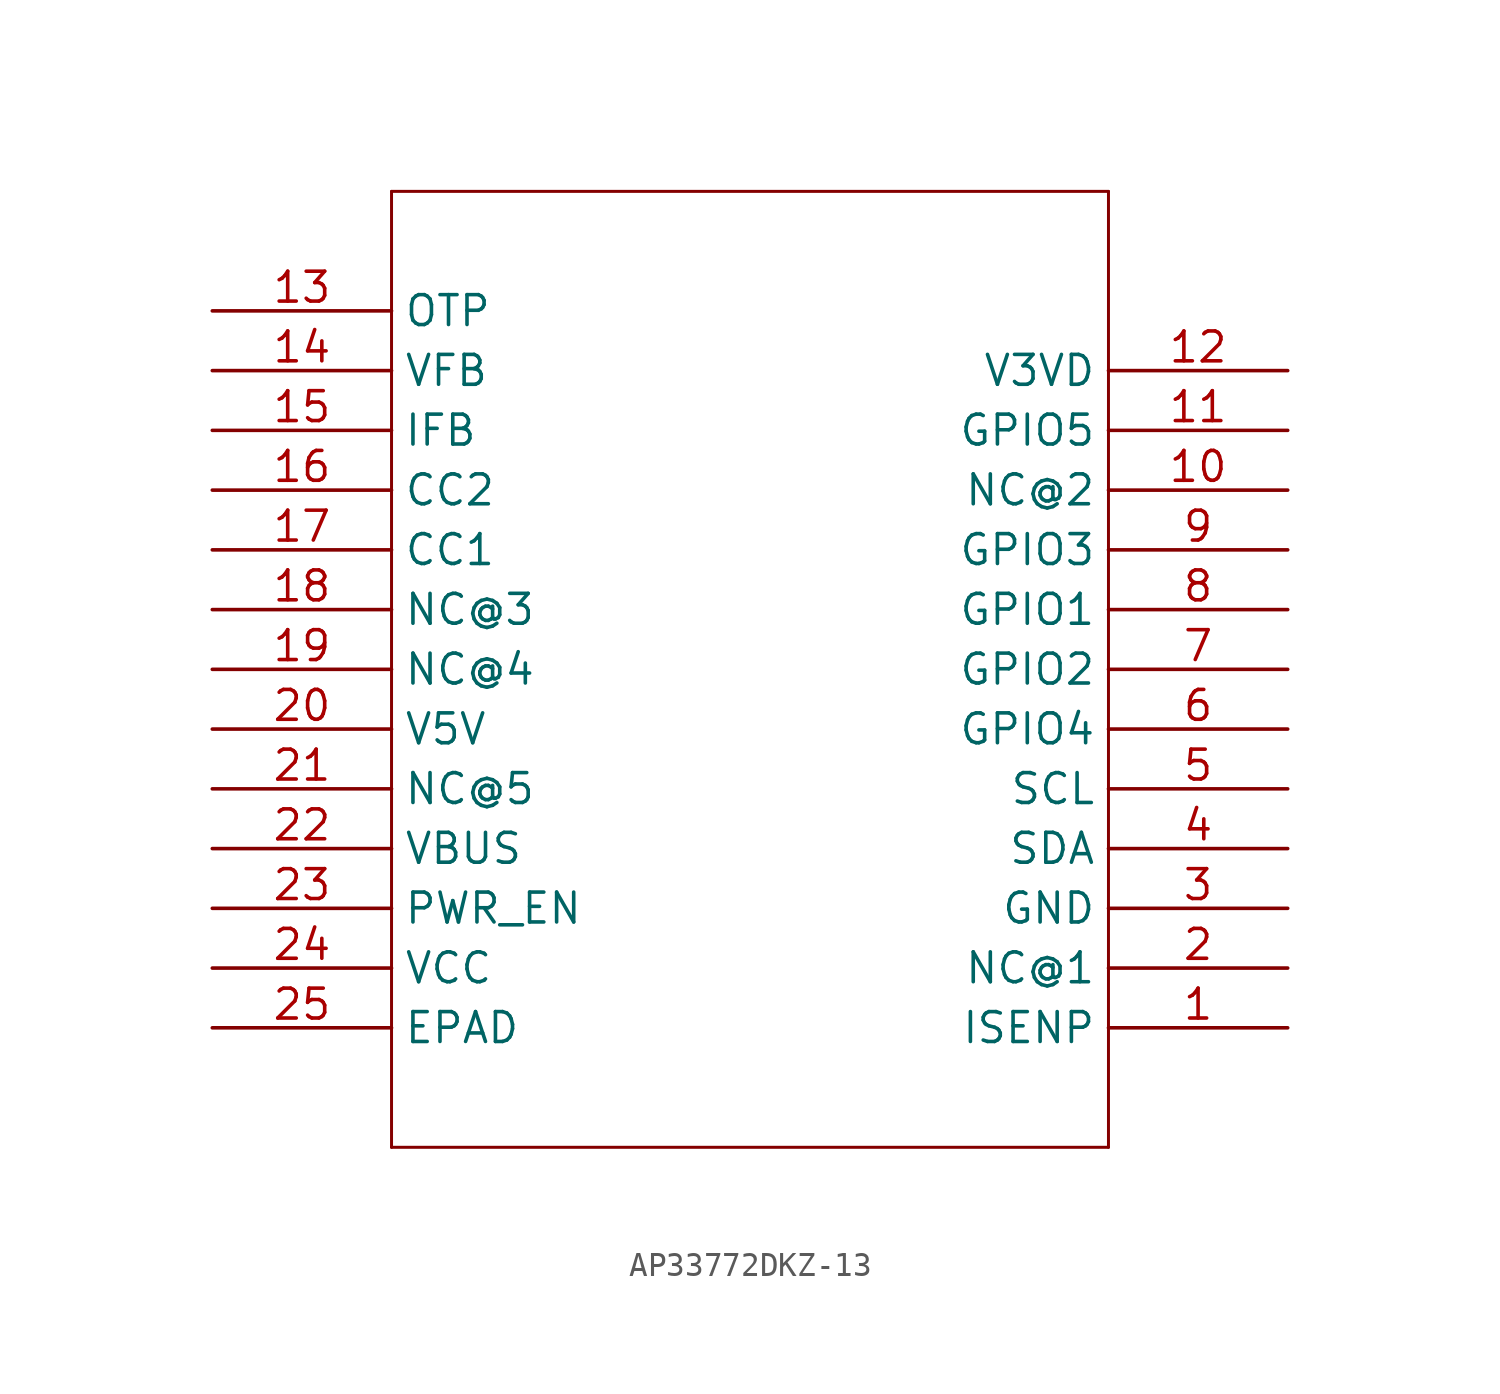
<source format=kicad_sym>
(kicad_symbol_lib
  (version 20231120)
  (generator "kicad_symbol_editor")
  (generator_version "8.0")
  (symbol "AP33772DKZ-13"
    (property "Reference" "U"
      (at 0 0 0)
      (effects (font (size 1.27 1.27)) (hide yes)))
    (property "ki_locked" ""
      (at 0 0 0)
      (effects (font (size 1.27 1.27))))
    (symbol "AP33772DKZ-13_1_0"
      (polyline (pts (xy -38.1 -5.08) (xy -7.62 -5.08)) (stroke (width 0.127) (type solid)) (fill (type none)))
      (polyline (pts (xy -38.1 35.56) (xy -38.1 -5.08)) (stroke (width 0.127) (type solid)) (fill (type none)))
      (polyline (pts (xy -7.62 -5.08) (xy -7.62 35.56)) (stroke (width 0.127) (type solid)) (fill (type none)))
      (polyline (pts (xy -7.62 35.56) (xy -38.1 35.56)) (stroke (width 0.127) (type solid)) (fill (type none)))
      (pin bidirectional line (at 0 0 180) (length 7.62) (name "ISENP" (effects (font (size 1.27 1.27)))) (number "1" (effects (font (size 1.27 1.27)))))
      (pin passive line (at 0 22.86 180) (length 7.62) (name "NC@2" (effects (font (size 1.27 1.27)))) (number "10" (effects (font (size 1.27 1.27)))))
      (pin bidirectional line (at 0 25.4 180) (length 7.62) (name "GPIO5" (effects (font (size 1.27 1.27)))) (number "11" (effects (font (size 1.27 1.27)))))
      (pin power_in line (at 0 27.94 180) (length 7.62) (name "V3VD" (effects (font (size 1.27 1.27)))) (number "12" (effects (font (size 1.27 1.27)))))
      (pin bidirectional line (at -45.72 30.48 0) (length 7.62) (name "OTP" (effects (font (size 1.27 1.27)))) (number "13" (effects (font (size 1.27 1.27)))))
      (pin input line (at -45.72 27.94 0) (length 7.62) (name "VFB" (effects (font (size 1.27 1.27)))) (number "14" (effects (font (size 1.27 1.27)))))
      (pin input line (at -45.72 25.4 0) (length 7.62) (name "IFB" (effects (font (size 1.27 1.27)))) (number "15" (effects (font (size 1.27 1.27)))))
      (pin bidirectional line (at -45.72 22.86 0) (length 7.62) (name "CC2" (effects (font (size 1.27 1.27)))) (number "16" (effects (font (size 1.27 1.27)))))
      (pin bidirectional line (at -45.72 20.32 0) (length 7.62) (name "CC1" (effects (font (size 1.27 1.27)))) (number "17" (effects (font (size 1.27 1.27)))))
      (pin passive line (at -45.72 17.78 0) (length 7.62) (name "NC@3" (effects (font (size 1.27 1.27)))) (number "18" (effects (font (size 1.27 1.27)))))
      (pin passive line (at -45.72 15.24 0) (length 7.62) (name "NC@4" (effects (font (size 1.27 1.27)))) (number "19" (effects (font (size 1.27 1.27)))))
      (pin passive line (at 0 2.54 180) (length 7.62) (name "NC@1" (effects (font (size 1.27 1.27)))) (number "2" (effects (font (size 1.27 1.27)))))
      (pin power_in line (at -45.72 12.7 0) (length 7.62) (name "V5V" (effects (font (size 1.27 1.27)))) (number "20" (effects (font (size 1.27 1.27)))))
      (pin passive line (at -45.72 10.16 0) (length 7.62) (name "NC@5" (effects (font (size 1.27 1.27)))) (number "21" (effects (font (size 1.27 1.27)))))
      (pin power_in line (at -45.72 7.62 0) (length 7.62) (name "VBUS" (effects (font (size 1.27 1.27)))) (number "22" (effects (font (size 1.27 1.27)))))
      (pin power_in line (at -45.72 5.08 0) (length 7.62) (name "PWR_EN" (effects (font (size 1.27 1.27)))) (number "23" (effects (font (size 1.27 1.27)))))
      (pin power_in line (at -45.72 2.54 0) (length 7.62) (name "VCC" (effects (font (size 1.27 1.27)))) (number "24" (effects (font (size 1.27 1.27)))))
      (pin power_in line (at -45.72 0 0) (length 7.62) (name "EPAD" (effects (font (size 1.27 1.27)))) (number "25" (effects (font (size 1.27 1.27)))))
      (pin power_in line (at 0 5.08 180) (length 7.62) (name "GND" (effects (font (size 1.27 1.27)))) (number "3" (effects (font (size 1.27 1.27)))))
      (pin bidirectional line (at 0 7.62 180) (length 7.62) (name "SDA" (effects (font (size 1.27 1.27)))) (number "4" (effects (font (size 1.27 1.27)))))
      (pin bidirectional line (at 0 10.16 180) (length 7.62) (name "SCL" (effects (font (size 1.27 1.27)))) (number "5" (effects (font (size 1.27 1.27)))))
      (pin bidirectional line (at 0 12.7 180) (length 7.62) (name "GPIO4" (effects (font (size 1.27 1.27)))) (number "6" (effects (font (size 1.27 1.27)))))
      (pin bidirectional line (at 0 15.24 180) (length 7.62) (name "GPIO2" (effects (font (size 1.27 1.27)))) (number "7" (effects (font (size 1.27 1.27)))))
      (pin bidirectional line (at 0 17.78 180) (length 7.62) (name "GPIO1" (effects (font (size 1.27 1.27)))) (number "8" (effects (font (size 1.27 1.27)))))
      (pin bidirectional line (at 0 20.32 180) (length 7.62) (name "GPIO3" (effects (font (size 1.27 1.27)))) (number "9" (effects (font (size 1.27 1.27))))))))
</source>
